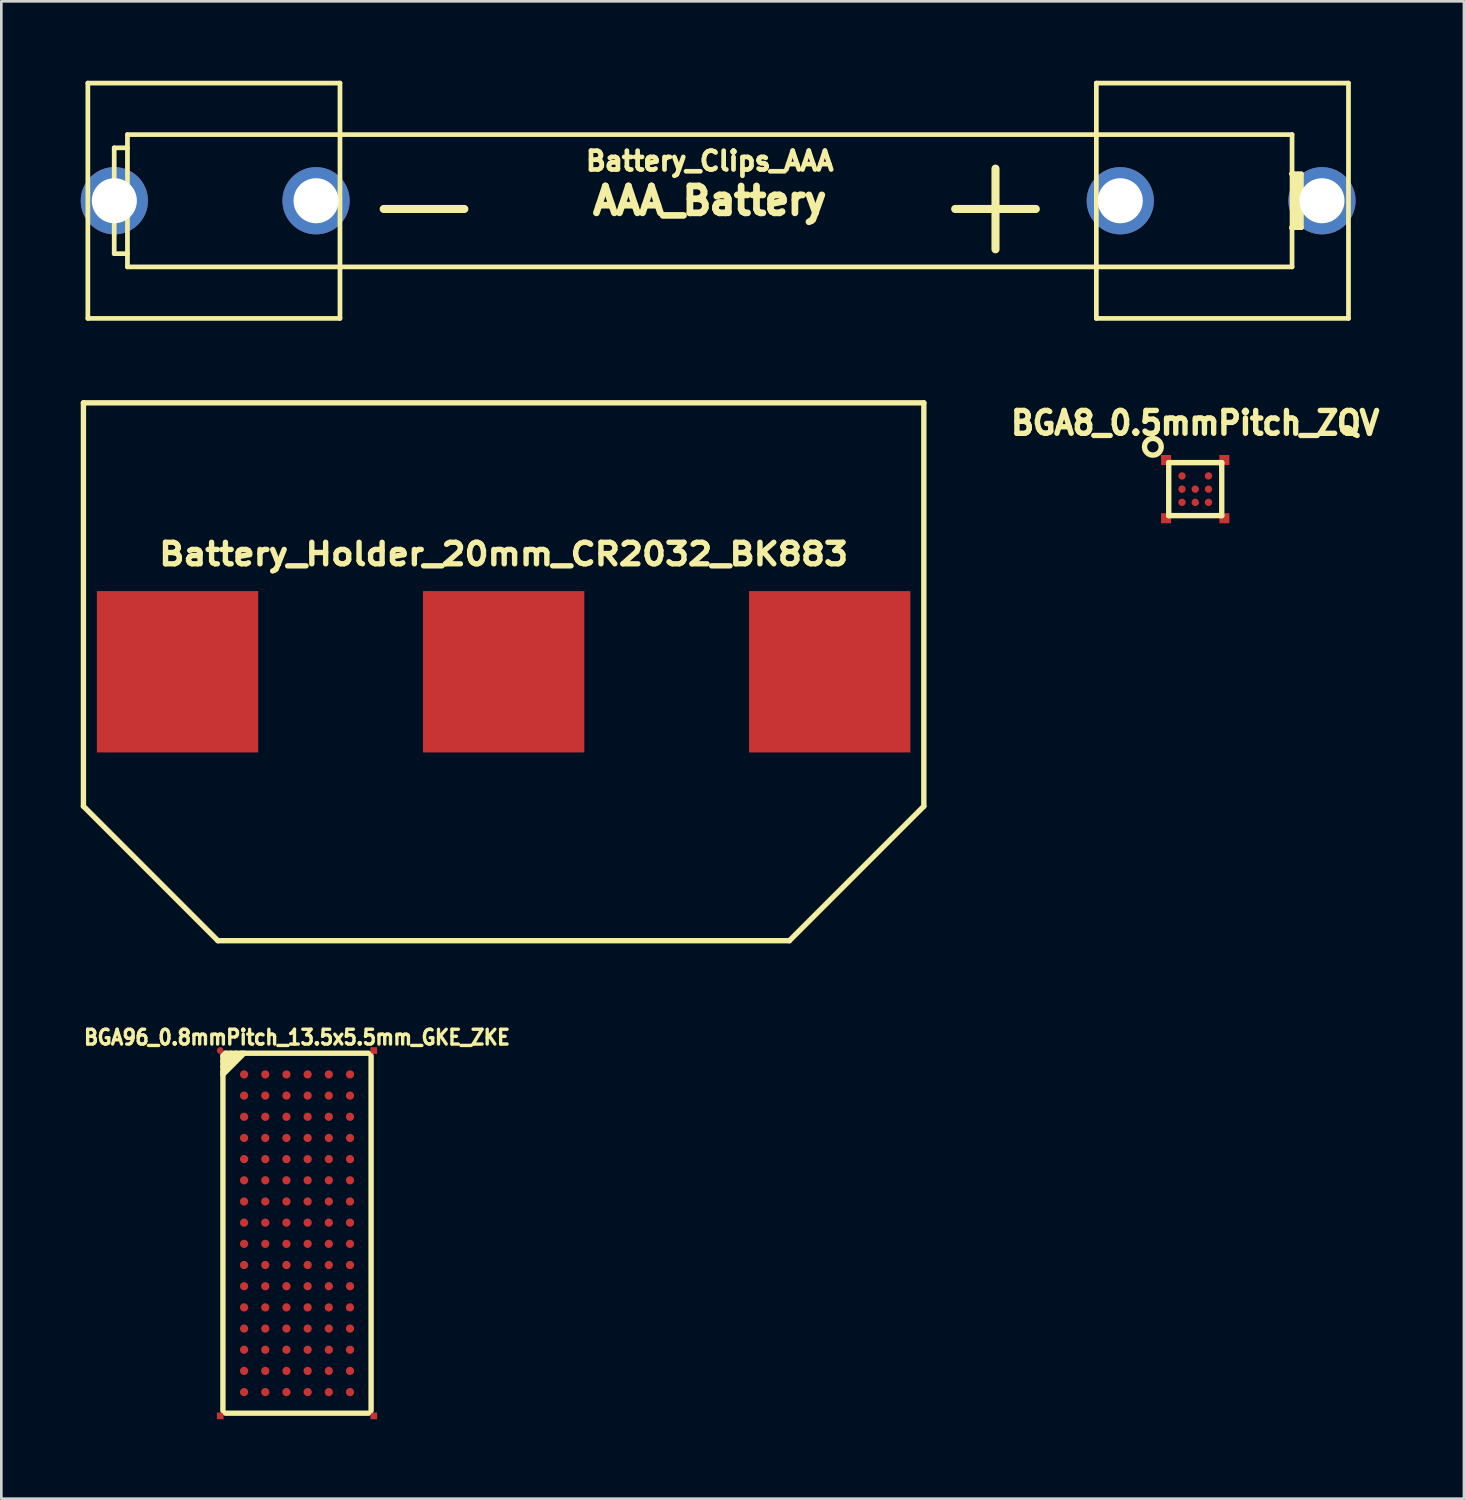
<source format=kicad_pcb>
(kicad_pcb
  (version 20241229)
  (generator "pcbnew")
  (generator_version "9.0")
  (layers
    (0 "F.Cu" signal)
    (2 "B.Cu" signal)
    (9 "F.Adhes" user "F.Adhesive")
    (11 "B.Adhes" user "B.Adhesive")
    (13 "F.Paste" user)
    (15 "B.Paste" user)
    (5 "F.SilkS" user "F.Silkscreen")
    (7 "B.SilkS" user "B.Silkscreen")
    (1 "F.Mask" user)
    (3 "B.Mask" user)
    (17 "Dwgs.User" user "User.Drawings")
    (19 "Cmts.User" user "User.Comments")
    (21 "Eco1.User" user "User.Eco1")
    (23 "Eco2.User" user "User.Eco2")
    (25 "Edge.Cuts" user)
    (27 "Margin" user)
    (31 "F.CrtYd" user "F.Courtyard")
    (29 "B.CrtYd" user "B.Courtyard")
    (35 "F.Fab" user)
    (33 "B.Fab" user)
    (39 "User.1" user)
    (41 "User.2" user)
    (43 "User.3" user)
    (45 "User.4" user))
  (footprint "Battery_Holder_20mm_CR2032_BK883"
    (layer "F.Cu")
    (at 15.977 22.329)
    (property "Reference" "Battery_Holder_20mm_CR2032_BK883" (at 0 -4.445 0) (layer "F.SilkS") (effects (font (size 0.813 0.914) (thickness 0.203))))
    (attr smd)
    (fp_line (start -15.875 -10.16) (end -15.875 5.08) (stroke (width 0.203) (type solid)) (layer "F.SilkS"))
    (fp_line (start -15.875 5.08) (end -10.795 10.16) (stroke (width 0.203) (type solid)) (layer "F.SilkS"))
    (fp_line (start -10.795 10.16) (end 10.795 10.16) (stroke (width 0.203) (type solid)) (layer "F.SilkS"))
    (fp_line (start 15.875 -10.16) (end -15.875 -10.16) (stroke (width 0.203) (type solid)) (layer "F.SilkS"))
    (fp_line (start 15.875 -10.16) (end 15.875 5.08) (stroke (width 0.203) (type solid)) (layer "F.SilkS"))
    (fp_line (start 15.875 5.08) (end 10.795 10.16) (stroke (width 0.203) (type solid)) (layer "F.SilkS"))
    (pad "1" smd rect (at -12.319 0) (size 6.096 6.096) (layers "F.Cu" "F.Mask" "F.Paste"))
    (pad "1" smd rect (at 12.319 0) (size 6.096 6.096) (layers "F.Cu" "F.Mask" "F.Paste"))
    (pad "2" smd rect (at 0 0) (size 6.096 6.096) (layers "F.Cu" "F.Mask" "F.Paste")))
  (footprint "BGA8_0.5mmPitch_ZQV"
    (layer "F.Cu")
    (at 42.105 15.429)
    (property "Reference" "BGA8_0.5mmPitch_ZQV" (at 0 -2.499 0) (layer "F.SilkS") (effects (font (size 0.864 0.813) (thickness 0.203))))
    (attr smd)
    (fp_line (start -1.001 -1.001) (end -1.001 1.001) (stroke (width 0.203) (type solid)) (layer "F.SilkS"))
    (fp_line (start -1.001 1.001) (end 1.001 1.001) (stroke (width 0.203) (type solid)) (layer "F.SilkS"))
    (fp_line (start 1.001 -1.001) (end -1.001 -1.001) (stroke (width 0.203) (type solid)) (layer "F.SilkS"))
    (fp_line (start 1.001 1.001) (end 1.001 -1.001) (stroke (width 0.203) (type solid)) (layer "F.SilkS"))
    (fp_circle (center -1.6 -1.6) (end -1.3 -1.501) (stroke (width 0.203) (type solid)) (fill no) (layer "F.SilkS"))
    (pad "1" smd rect (at -1.1 -1.1) (size 0.381 0.381) (layers "F.Cu" "F.Mask"))
    (pad "1" smd rect (at -1.1 1.1) (size 0.381 0.381) (layers "F.Cu" "F.Mask"))
    (pad "1" smd rect (at 1.1 -1.1) (size 0.381 0.381) (layers "F.Cu" "F.Mask"))
    (pad "1" smd rect (at 1.1 1.1) (size 0.381 0.381) (layers "F.Cu" "F.Mask"))
    (pad "A1" smd circle (at -0.5 -0.5) (size 0.279 0.279) (layers "F.Cu" "F.Mask" "F.Paste"))
    (pad "A3" smd circle (at 0.5 -0.5) (size 0.279 0.279) (layers "F.Cu" "F.Mask" "F.Paste"))
    (pad "B1" smd circle (at -0.5 0) (size 0.279 0.279) (layers "F.Cu" "F.Mask" "F.Paste"))
    (pad "B2" smd circle (at 0 0) (size 0.279 0.279) (layers "F.Cu" "F.Mask" "F.Paste"))
    (pad "B3" smd circle (at 0.5 0) (size 0.279 0.279) (layers "F.Cu" "F.Mask" "F.Paste"))
    (pad "C1" smd circle (at -0.5 0.5) (size 0.279 0.279) (layers "F.Cu" "F.Mask" "F.Paste"))
    (pad "C2" smd circle (at 0 0.5) (size 0.279 0.279) (layers "F.Cu" "F.Mask" "F.Paste"))
    (pad "C3" smd circle (at 0.5 0.5) (size 0.279 0.279) (layers "F.Cu" "F.Mask" "F.Paste")))
  (footprint "BGA96_0.8mmPitch_13.5x5.5mm_GKE_ZKE"
    (layer "F.Cu")
    (at 8.171 43.54)
    (property "Reference" "BGA96_0.8mmPitch_13.5x5.5mm_GKE_ZKE" (at 0 -7.399 0) (layer "F.SilkS") (effects (font (size 0.559 0.508) (thickness 0.127))))
    (attr smd)
    (fp_line (start -2.799 -6.299) (end -2.301 -6.8) (stroke (width 0.203) (type solid)) (layer "F.SilkS"))
    (fp_line (start -2.799 -5.999) (end -1.999 -6.8) (stroke (width 0.203) (type solid)) (layer "F.SilkS"))
    (fp_line (start -2.799 6.701) (end -2.799 -6.701) (stroke (width 0.203) (type solid)) (layer "F.SilkS"))
    (fp_line (start -2.7 -6.8) (end -2.799 -6.701) (stroke (width 0.203) (type solid)) (layer "F.SilkS"))
    (fp_line (start -2.7 6.8) (end 2.7 6.8) (stroke (width 0.203) (type solid)) (layer "F.SilkS"))
    (fp_line (start -2.499 -6.8) (end -2.799 -6.5) (stroke (width 0.203) (type solid)) (layer "F.SilkS"))
    (fp_line (start -2.101 -6.8) (end -2.799 -6.101) (stroke (width 0.203) (type solid)) (layer "F.SilkS"))
    (fp_line (start 2.7 -6.8) (end -2.7 -6.8) (stroke (width 0.203) (type solid)) (layer "F.SilkS"))
    (fp_line (start 2.799 6.701) (end 2.799 -6.701) (stroke (width 0.203) (type solid)) (layer "F.SilkS"))
    (pad "0" smd circle (at -2.901 -6.901) (size 0.254 0.254) (layers "F.Cu" "F.Mask"))
    (pad "0" smd rect (at -2.901 6.901) (size 0.254 0.254) (layers "F.Cu" "F.Mask"))
    (pad "0" smd rect (at 2.901 -6.901) (size 0.254 0.254) (layers "F.Cu" "F.Mask"))
    (pad "0" smd rect (at 2.901 6.901) (size 0.254 0.254) (layers "F.Cu" "F.Mask"))
    (pad "A1" smd circle (at -1.999 -5.999) (size 0.31 0.31) (layers "F.Cu" "F.Mask" "F.Paste"))
    (pad "A2" smd circle (at -1.199 -5.999) (size 0.31 0.31) (layers "F.Cu" "F.Mask" "F.Paste"))
    (pad "A3" smd circle (at -0.399 -5.999) (size 0.31 0.31) (layers "F.Cu" "F.Mask" "F.Paste"))
    (pad "A4" smd circle (at 0.401 -5.999) (size 0.31 0.31) (layers "F.Cu" "F.Mask" "F.Paste"))
    (pad "A5" smd circle (at 1.201 -5.999) (size 0.31 0.31) (layers "F.Cu" "F.Mask" "F.Paste"))
    (pad "A6" smd circle (at 2.002 -5.999) (size 0.31 0.31) (layers "F.Cu" "F.Mask" "F.Paste"))
    (pad "B1" smd circle (at -1.999 -5.199) (size 0.31 0.31) (layers "F.Cu" "F.Mask" "F.Paste"))
    (pad "B2" smd circle (at -1.199 -5.199) (size 0.31 0.31) (layers "F.Cu" "F.Mask" "F.Paste"))
    (pad "B3" smd circle (at -0.399 -5.199) (size 0.31 0.31) (layers "F.Cu" "F.Mask" "F.Paste"))
    (pad "B4" smd circle (at 0.401 -5.199) (size 0.31 0.31) (layers "F.Cu" "F.Mask" "F.Paste"))
    (pad "B5" smd circle (at 1.201 -5.199) (size 0.31 0.31) (layers "F.Cu" "F.Mask" "F.Paste"))
    (pad "B6" smd circle (at 2.002 -5.199) (size 0.31 0.31) (layers "F.Cu" "F.Mask" "F.Paste"))
    (pad "C1" smd circle (at -1.999 -4.399) (size 0.31 0.31) (layers "F.Cu" "F.Mask" "F.Paste"))
    (pad "C2" smd circle (at -1.199 -4.399) (size 0.31 0.31) (layers "F.Cu" "F.Mask" "F.Paste"))
    (pad "C3" smd circle (at -0.399 -4.399) (size 0.31 0.31) (layers "F.Cu" "F.Mask" "F.Paste"))
    (pad "C4" smd circle (at 0.401 -4.399) (size 0.31 0.31) (layers "F.Cu" "F.Mask" "F.Paste"))
    (pad "C5" smd circle (at 1.201 -4.399) (size 0.31 0.31) (layers "F.Cu" "F.Mask" "F.Paste"))
    (pad "C6" smd circle (at 2.002 -4.399) (size 0.31 0.31) (layers "F.Cu" "F.Mask" "F.Paste"))
    (pad "D1" smd circle (at -1.999 -3.599) (size 0.31 0.31) (layers "F.Cu" "F.Mask" "F.Paste"))
    (pad "D2" smd circle (at -1.199 -3.599) (size 0.31 0.31) (layers "F.Cu" "F.Mask" "F.Paste"))
    (pad "D3" smd circle (at -0.399 -3.599) (size 0.31 0.31) (layers "F.Cu" "F.Mask" "F.Paste"))
    (pad "D4" smd circle (at 0.401 -3.599) (size 0.31 0.31) (layers "F.Cu" "F.Mask" "F.Paste"))
    (pad "D5" smd circle (at 1.201 -3.599) (size 0.31 0.31) (layers "F.Cu" "F.Mask" "F.Paste"))
    (pad "D6" smd circle (at 2.002 -3.599) (size 0.31 0.31) (layers "F.Cu" "F.Mask" "F.Paste"))
    (pad "E1" smd circle (at -1.999 -2.799) (size 0.31 0.31) (layers "F.Cu" "F.Mask" "F.Paste"))
    (pad "E2" smd circle (at -1.199 -2.799) (size 0.31 0.31) (layers "F.Cu" "F.Mask" "F.Paste"))
    (pad "E3" smd circle (at -0.399 -2.799) (size 0.31 0.31) (layers "F.Cu" "F.Mask" "F.Paste"))
    (pad "E4" smd circle (at 0.401 -2.799) (size 0.31 0.31) (layers "F.Cu" "F.Mask" "F.Paste"))
    (pad "E5" smd circle (at 1.201 -2.799) (size 0.31 0.31) (layers "F.Cu" "F.Mask" "F.Paste"))
    (pad "E6" smd circle (at 2.002 -2.799) (size 0.31 0.31) (layers "F.Cu" "F.Mask" "F.Paste"))
    (pad "F1" smd circle (at -1.999 -1.999) (size 0.31 0.31) (layers "F.Cu" "F.Mask" "F.Paste"))
    (pad "F2" smd circle (at -1.199 -1.999) (size 0.31 0.31) (layers "F.Cu" "F.Mask" "F.Paste"))
    (pad "F3" smd circle (at -0.399 -1.999) (size 0.31 0.31) (layers "F.Cu" "F.Mask" "F.Paste"))
    (pad "F4" smd circle (at 0.401 -1.999) (size 0.31 0.31) (layers "F.Cu" "F.Mask" "F.Paste"))
    (pad "F5" smd circle (at 1.201 -1.999) (size 0.31 0.31) (layers "F.Cu" "F.Mask" "F.Paste"))
    (pad "F6" smd circle (at 2.002 -1.999) (size 0.31 0.31) (layers "F.Cu" "F.Mask" "F.Paste"))
    (pad "G1" smd circle (at -1.999 -1.199) (size 0.31 0.31) (layers "F.Cu" "F.Mask" "F.Paste"))
    (pad "G2" smd circle (at -1.199 -1.199) (size 0.31 0.31) (layers "F.Cu" "F.Mask" "F.Paste"))
    (pad "G3" smd circle (at -0.399 -1.199) (size 0.31 0.31) (layers "F.Cu" "F.Mask" "F.Paste"))
    (pad "G4" smd circle (at 0.401 -1.199) (size 0.31 0.31) (layers "F.Cu" "F.Mask" "F.Paste"))
    (pad "G5" smd circle (at 1.201 -1.199) (size 0.31 0.31) (layers "F.Cu" "F.Mask" "F.Paste"))
    (pad "G6" smd circle (at 2.002 -1.199) (size 0.31 0.31) (layers "F.Cu" "F.Mask" "F.Paste"))
    (pad "H1" smd circle (at -1.999 -0.399) (size 0.31 0.31) (layers "F.Cu" "F.Mask" "F.Paste"))
    (pad "H2" smd circle (at -1.199 -0.399) (size 0.31 0.31) (layers "F.Cu" "F.Mask" "F.Paste"))
    (pad "H3" smd circle (at -0.399 -0.399) (size 0.31 0.31) (layers "F.Cu" "F.Mask" "F.Paste"))
    (pad "H4" smd circle (at 0.401 -0.399) (size 0.31 0.31) (layers "F.Cu" "F.Mask" "F.Paste"))
    (pad "H5" smd circle (at 1.201 -0.399) (size 0.31 0.31) (layers "F.Cu" "F.Mask" "F.Paste"))
    (pad "H6" smd circle (at 2.002 -0.399) (size 0.31 0.31) (layers "F.Cu" "F.Mask" "F.Paste"))
    (pad "J1" smd circle (at -1.999 0.401) (size 0.31 0.31) (layers "F.Cu" "F.Mask" "F.Paste"))
    (pad "J2" smd circle (at -1.199 0.401) (size 0.31 0.31) (layers "F.Cu" "F.Mask" "F.Paste"))
    (pad "J3" smd circle (at -0.399 0.401) (size 0.31 0.31) (layers "F.Cu" "F.Mask" "F.Paste"))
    (pad "J4" smd circle (at 0.401 0.401) (size 0.31 0.31) (layers "F.Cu" "F.Mask" "F.Paste"))
    (pad "J5" smd circle (at 1.201 0.401) (size 0.31 0.31) (layers "F.Cu" "F.Mask" "F.Paste"))
    (pad "J6" smd circle (at 2.002 0.401) (size 0.31 0.31) (layers "F.Cu" "F.Mask" "F.Paste"))
    (pad "K1" smd circle (at -1.999 1.201) (size 0.31 0.31) (layers "F.Cu" "F.Mask" "F.Paste"))
    (pad "K2" smd circle (at -1.199 1.201) (size 0.31 0.31) (layers "F.Cu" "F.Mask" "F.Paste"))
    (pad "K3" smd circle (at -0.399 1.201) (size 0.31 0.31) (layers "F.Cu" "F.Mask" "F.Paste"))
    (pad "K4" smd circle (at 0.401 1.201) (size 0.31 0.31) (layers "F.Cu" "F.Mask" "F.Paste"))
    (pad "K5" smd circle (at 1.201 1.201) (size 0.31 0.31) (layers "F.Cu" "F.Mask" "F.Paste"))
    (pad "K6" smd circle (at 2.002 1.201) (size 0.31 0.31) (layers "F.Cu" "F.Mask" "F.Paste"))
    (pad "L1" smd circle (at -1.999 2.002) (size 0.31 0.31) (layers "F.Cu" "F.Mask" "F.Paste"))
    (pad "L2" smd circle (at -1.199 2.002) (size 0.31 0.31) (layers "F.Cu" "F.Mask" "F.Paste"))
    (pad "L3" smd circle (at -0.399 2.002) (size 0.31 0.31) (layers "F.Cu" "F.Mask" "F.Paste"))
    (pad "L4" smd circle (at 0.401 2.002) (size 0.31 0.31) (layers "F.Cu" "F.Mask" "F.Paste"))
    (pad "L5" smd circle (at 1.201 2.002) (size 0.31 0.31) (layers "F.Cu" "F.Mask" "F.Paste"))
    (pad "L6" smd circle (at 2.002 2.002) (size 0.31 0.31) (layers "F.Cu" "F.Mask" "F.Paste"))
    (pad "M1" smd circle (at -1.999 2.802) (size 0.31 0.31) (layers "F.Cu" "F.Mask" "F.Paste"))
    (pad "M2" smd circle (at -1.199 2.802) (size 0.31 0.31) (layers "F.Cu" "F.Mask" "F.Paste"))
    (pad "M3" smd circle (at -0.399 2.802) (size 0.31 0.31) (layers "F.Cu" "F.Mask" "F.Paste"))
    (pad "M4" smd circle (at 0.401 2.802) (size 0.31 0.31) (layers "F.Cu" "F.Mask" "F.Paste"))
    (pad "M5" smd circle (at 1.201 2.802) (size 0.31 0.31) (layers "F.Cu" "F.Mask" "F.Paste"))
    (pad "M6" smd circle (at 2.002 2.802) (size 0.31 0.31) (layers "F.Cu" "F.Mask" "F.Paste"))
    (pad "N1" smd circle (at -1.999 3.602) (size 0.31 0.31) (layers "F.Cu" "F.Mask" "F.Paste"))
    (pad "N2" smd circle (at -1.199 3.602) (size 0.31 0.31) (layers "F.Cu" "F.Mask" "F.Paste"))
    (pad "N3" smd circle (at -0.399 3.602) (size 0.31 0.31) (layers "F.Cu" "F.Mask" "F.Paste"))
    (pad "N4" smd circle (at 0.401 3.602) (size 0.31 0.31) (layers "F.Cu" "F.Mask" "F.Paste"))
    (pad "N5" smd circle (at 1.201 3.602) (size 0.31 0.31) (layers "F.Cu" "F.Mask" "F.Paste"))
    (pad "N6" smd circle (at 2.002 3.602) (size 0.31 0.31) (layers "F.Cu" "F.Mask" "F.Paste"))
    (pad "P1" smd circle (at -1.999 4.402) (size 0.31 0.31) (layers "F.Cu" "F.Mask" "F.Paste"))
    (pad "P2" smd circle (at -1.199 4.402) (size 0.31 0.31) (layers "F.Cu" "F.Mask" "F.Paste"))
    (pad "P3" smd circle (at -0.399 4.402) (size 0.31 0.31) (layers "F.Cu" "F.Mask" "F.Paste"))
    (pad "P4" smd circle (at 0.401 4.402) (size 0.31 0.31) (layers "F.Cu" "F.Mask" "F.Paste"))
    (pad "P5" smd circle (at 1.201 4.402) (size 0.31 0.31) (layers "F.Cu" "F.Mask" "F.Paste"))
    (pad "P6" smd circle (at 2.002 4.402) (size 0.31 0.31) (layers "F.Cu" "F.Mask" "F.Paste"))
    (pad "R1" smd circle (at -1.999 5.202) (size 0.31 0.31) (layers "F.Cu" "F.Mask" "F.Paste"))
    (pad "R2" smd circle (at -1.199 5.202) (size 0.31 0.31) (layers "F.Cu" "F.Mask" "F.Paste"))
    (pad "R3" smd circle (at -0.399 5.202) (size 0.31 0.31) (layers "F.Cu" "F.Mask" "F.Paste"))
    (pad "R4" smd circle (at 0.401 5.202) (size 0.31 0.31) (layers "F.Cu" "F.Mask" "F.Paste"))
    (pad "R5" smd circle (at 1.201 5.202) (size 0.31 0.31) (layers "F.Cu" "F.Mask" "F.Paste"))
    (pad "R6" smd circle (at 2.002 5.202) (size 0.31 0.31) (layers "F.Cu" "F.Mask" "F.Paste"))
    (pad "T1" smd circle (at -1.999 6.002) (size 0.31 0.31) (layers "F.Cu" "F.Mask" "F.Paste"))
    (pad "T2" smd circle (at -1.199 6.002) (size 0.31 0.31) (layers "F.Cu" "F.Mask" "F.Paste"))
    (pad "T3" smd circle (at -0.399 6.002) (size 0.31 0.31) (layers "F.Cu" "F.Mask" "F.Paste"))
    (pad "T4" smd circle (at 0.401 6.002) (size 0.31 0.31) (layers "F.Cu" "F.Mask" "F.Paste"))
    (pad "T5" smd circle (at 1.201 6.002) (size 0.31 0.31) (layers "F.Cu" "F.Mask" "F.Paste"))
    (pad "T6" smd circle (at 2.002 6.002) (size 0.31 0.31) (layers "F.Cu" "F.Mask" "F.Paste")))
  (footprint "Battery_Clips_AAA"
    (layer "F.Cu")
    (at 23.764 4.534)
    (property "Reference" "Battery_Clips_AAA" (at 0 -1.501 0) (layer "F.SilkS") (effects (font (size 0.711 0.711) (thickness 0.178))))
    (attr through_hole)
    (fp_line (start -23.495 -4.445) (end -23.495 4.445) (stroke (width 0.178) (type solid)) (layer "F.SilkS"))
    (fp_line (start -23.495 4.445) (end -13.97 4.445) (stroke (width 0.178) (type solid)) (layer "F.SilkS"))
    (fp_line (start -22.499 -1.999) (end -22.499 1.999) (stroke (width 0.178) (type solid)) (layer "F.SilkS"))
    (fp_line (start -22.499 1.999) (end -21.999 1.999) (stroke (width 0.178) (type solid)) (layer "F.SilkS"))
    (fp_line (start -21.999 -2.499) (end -21.999 2.499) (stroke (width 0.178) (type solid)) (layer "F.SilkS"))
    (fp_line (start -21.999 -1.999) (end -22.499 -1.999) (stroke (width 0.178) (type solid)) (layer "F.SilkS"))
    (fp_line (start -21.999 2.499) (end 21.999 2.499) (stroke (width 0.178) (type solid)) (layer "F.SilkS"))
    (fp_line (start -13.97 -4.445) (end -23.495 -4.445) (stroke (width 0.178) (type solid)) (layer "F.SilkS"))
    (fp_line (start -13.97 4.445) (end -13.97 -4.445) (stroke (width 0.178) (type solid)) (layer "F.SilkS"))
    (fp_line (start 14.605 -4.445) (end 24.13 -4.445) (stroke (width 0.178) (type solid)) (layer "F.SilkS"))
    (fp_line (start 14.605 4.445) (end 14.605 -4.445) (stroke (width 0.178) (type solid)) (layer "F.SilkS"))
    (fp_line (start 21.971 -1.016) (end 22.352 -1.016) (stroke (width 0.178) (type solid)) (layer "F.SilkS"))
    (fp_line (start 21.999 -2.499) (end -21.999 -2.499) (stroke (width 0.178) (type solid)) (layer "F.SilkS"))
    (fp_line (start 21.999 2.499) (end 21.999 -2.499) (stroke (width 0.178) (type solid)) (layer "F.SilkS"))
    (fp_line (start 22.098 -1.016) (end 22.098 1.016) (stroke (width 0.178) (type solid)) (layer "F.SilkS"))
    (fp_line (start 22.225 1.016) (end 22.225 -1.016) (stroke (width 0.178) (type solid)) (layer "F.SilkS"))
    (fp_line (start 22.352 -1.016) (end 22.352 1.016) (stroke (width 0.178) (type solid)) (layer "F.SilkS"))
    (fp_line (start 22.352 1.016) (end 21.971 1.016) (stroke (width 0.178) (type solid)) (layer "F.SilkS"))
    (fp_line (start 24.13 -4.445) (end 24.13 4.445) (stroke (width 0.178) (type solid)) (layer "F.SilkS"))
    (fp_line (start 24.13 4.445) (end 14.605 4.445) (stroke (width 0.178) (type solid)) (layer "F.SilkS"))
    (fp_text user "+" (at 10.795 0 0) (layer "F.SilkS") (effects (font (size 4 4) (thickness 0.305))))
    (fp_text user "-" (at -10.795 0 0) (layer "F.SilkS") (effects (font (size 4 4) (thickness 0.305))))
    (fp_text user "AAA_Battery" (at 0 0 0) (layer "F.SilkS") (effects (font (size 1.016 1.016) (thickness 0.254))))
    (pad "1" thru_hole circle (at 15.509 0) (size 2.54 2.54) (drill 1.702) (layers "*.Cu" "*.Mask"))
    (pad "1" thru_hole circle (at 23.129 0) (size 2.54 2.54) (drill 1.702) (layers "*.Cu" "*.Mask"))
    (pad "2" thru_hole circle (at -22.494 0) (size 2.54 2.54) (drill 1.702) (layers "*.Cu" "*.Mask"))
    (pad "2" thru_hole circle (at -14.874 0) (size 2.54 2.54) (drill 1.702) (layers "*.Cu" "*.Mask")))
  (gr_rect
    (start -3 -3)
    (end 52.257 53.568)
    (stroke (width 0.1) (type default))
    (fill no)
    (layer "Edge.Cuts")))
</source>
